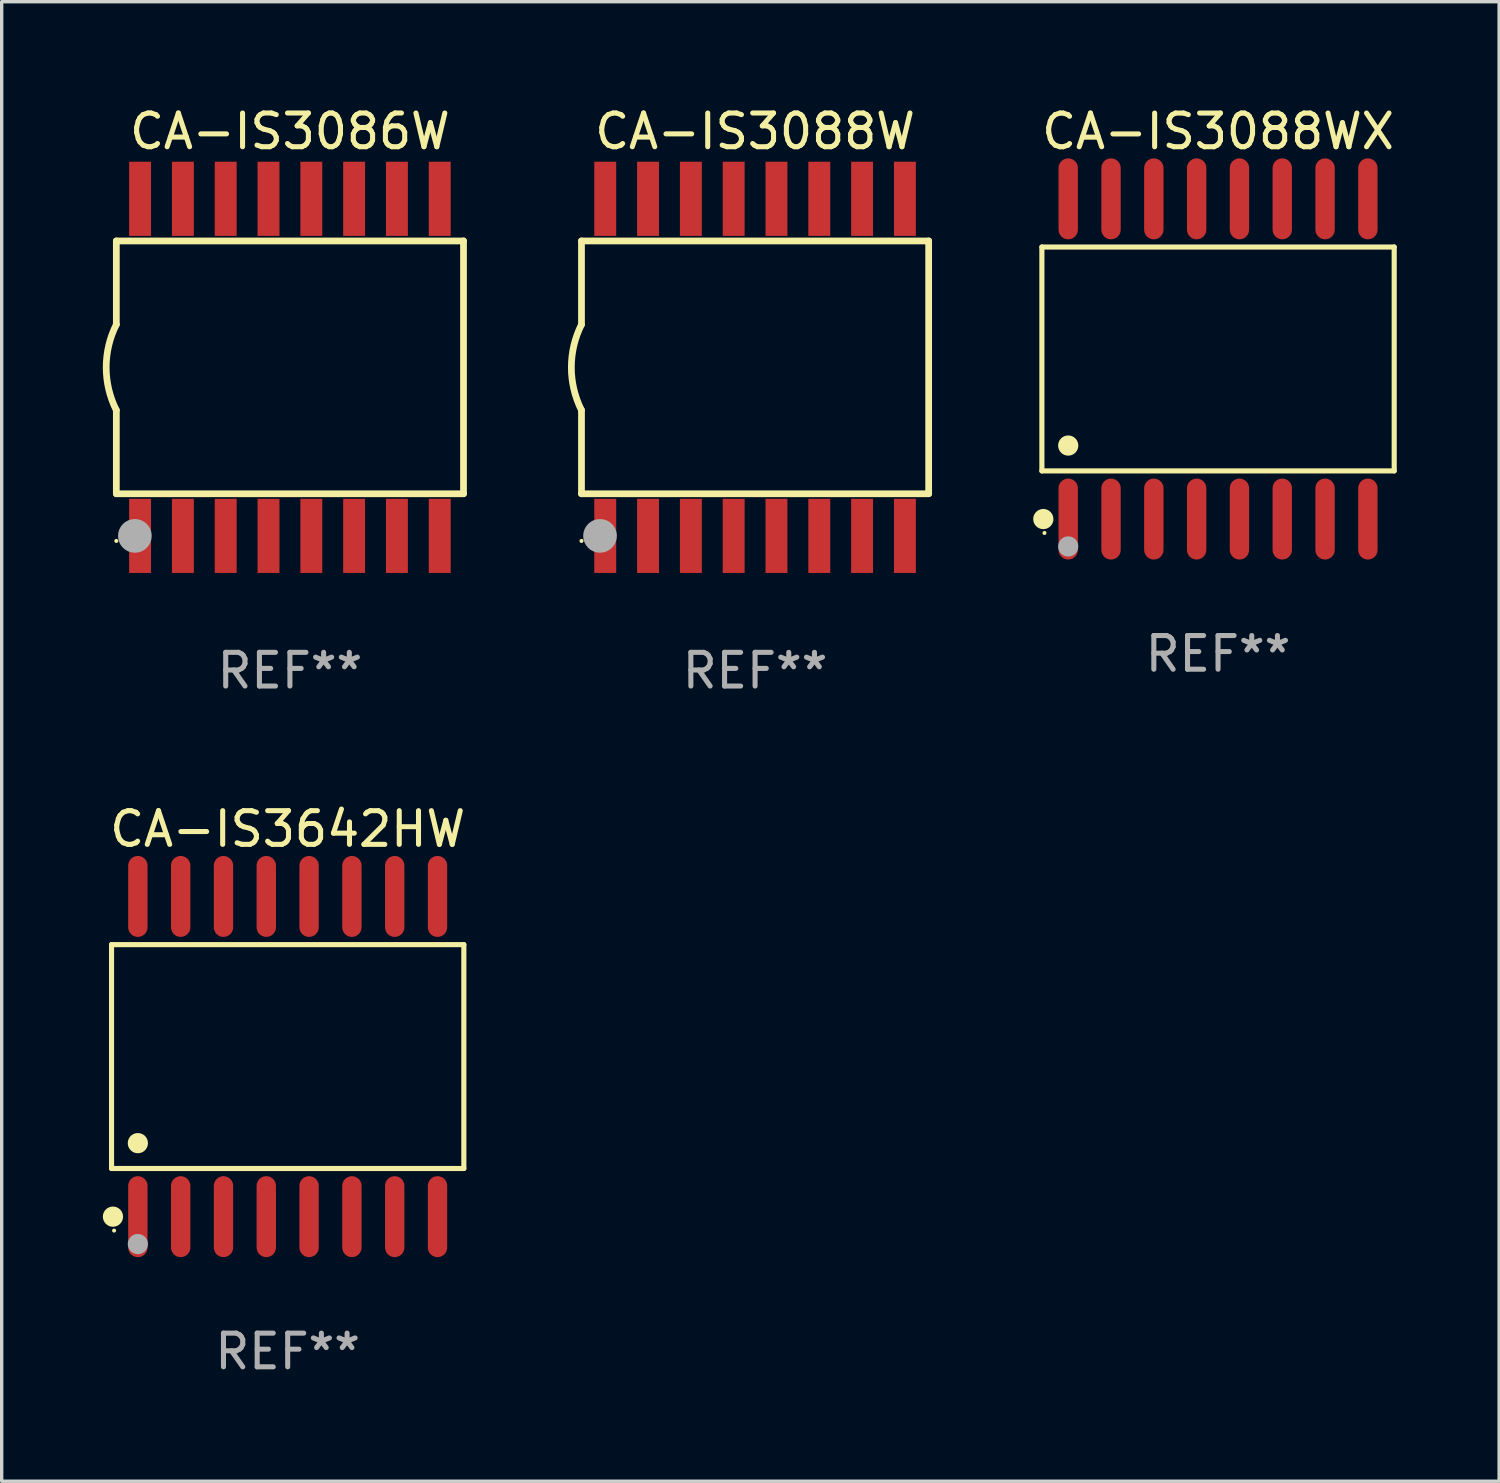
<source format=kicad_pcb>
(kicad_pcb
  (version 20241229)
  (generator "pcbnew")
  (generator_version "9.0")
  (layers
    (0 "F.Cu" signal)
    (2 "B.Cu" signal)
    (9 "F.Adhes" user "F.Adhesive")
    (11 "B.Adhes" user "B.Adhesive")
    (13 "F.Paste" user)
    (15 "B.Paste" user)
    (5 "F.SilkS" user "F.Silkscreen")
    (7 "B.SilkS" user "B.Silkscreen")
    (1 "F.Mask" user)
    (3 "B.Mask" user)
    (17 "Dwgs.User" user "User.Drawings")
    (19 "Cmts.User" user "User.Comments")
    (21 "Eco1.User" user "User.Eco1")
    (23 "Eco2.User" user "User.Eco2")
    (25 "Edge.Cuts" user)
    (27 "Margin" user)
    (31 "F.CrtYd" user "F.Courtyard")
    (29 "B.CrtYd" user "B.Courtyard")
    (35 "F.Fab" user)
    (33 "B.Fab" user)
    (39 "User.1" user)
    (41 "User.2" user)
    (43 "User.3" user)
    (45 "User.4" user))
  (footprint "CA-IS3088WX"
    (layer "F.Cu")
    (at 33.086 7.599)
    (property "Reference" "CA-IS3088WX" (at 0 -6.75 0) (layer "F.SilkS") (effects (font (size 1 1) (thickness 0.15))))
    (attr through_hole)
    (fp_line (start -5.226 -3.321) (end 5.226 -3.321) (stroke (width 0.152) (type solid)) (layer "F.SilkS"))
    (fp_line (start -5.226 3.321) (end -5.226 -3.321) (stroke (width 0.152) (type solid)) (layer "F.SilkS"))
    (fp_line (start 5.226 -3.321) (end 5.226 3.321) (stroke (width 0.152) (type solid)) (layer "F.SilkS"))
    (fp_line (start 5.226 3.321) (end -5.226 3.321) (stroke (width 0.152) (type solid)) (layer "F.SilkS"))
    (fp_circle (center -5.184 4.75) (end -5.034 4.75) (stroke (width 0.3) (type solid)) (fill no) (layer "F.SilkS"))
    (fp_circle (center -5.15 5.163) (end -5.12 5.163) (stroke (width 0.06) (type solid)) (fill no) (layer "F.SilkS"))
    (fp_circle (center -4.445 2.569) (end -4.295 2.569) (stroke (width 0.3) (type solid)) (fill no) (layer "F.SilkS"))
    (fp_circle (center -4.445 5.563) (end -4.295 5.563) (stroke (width 0.3) (type solid)) (fill no) (layer "F.Fab"))
    (fp_text user "REF**" (at 0 8.75 0) (layer "F.Fab") (effects (font (size 1 1) (thickness 0.15))))
    (pad "1" smd oval (at -4.445 4.75) (size 0.574 2.401) (layers "F.Cu" "F.Mask" "F.Paste"))
    (pad "2" smd oval (at -3.175 4.75) (size 0.574 2.401) (layers "F.Cu" "F.Mask" "F.Paste"))
    (pad "3" smd oval (at -1.905 4.75) (size 0.574 2.401) (layers "F.Cu" "F.Mask" "F.Paste"))
    (pad "4" smd oval (at -0.635 4.75) (size 0.574 2.401) (layers "F.Cu" "F.Mask" "F.Paste"))
    (pad "5" smd oval (at 0.635 4.75) (size 0.574 2.401) (layers "F.Cu" "F.Mask" "F.Paste"))
    (pad "6" smd oval (at 1.905 4.75) (size 0.574 2.401) (layers "F.Cu" "F.Mask" "F.Paste"))
    (pad "7" smd oval (at 3.175 4.75) (size 0.574 2.401) (layers "F.Cu" "F.Mask" "F.Paste"))
    (pad "8" smd oval (at 4.445 4.75) (size 0.574 2.401) (layers "F.Cu" "F.Mask" "F.Paste"))
    (pad "9" smd oval (at 4.445 -4.75) (size 0.574 2.401) (layers "F.Cu" "F.Mask" "F.Paste"))
    (pad "10" smd oval (at 3.175 -4.75) (size 0.574 2.401) (layers "F.Cu" "F.Mask" "F.Paste"))
    (pad "11" smd oval (at 1.905 -4.75) (size 0.574 2.401) (layers "F.Cu" "F.Mask" "F.Paste"))
    (pad "12" smd oval (at 0.635 -4.75) (size 0.574 2.401) (layers "F.Cu" "F.Mask" "F.Paste"))
    (pad "13" smd oval (at -0.635 -4.75) (size 0.574 2.401) (layers "F.Cu" "F.Mask" "F.Paste"))
    (pad "14" smd oval (at -1.905 -4.75) (size 0.574 2.401) (layers "F.Cu" "F.Mask" "F.Paste"))
    (pad "15" smd oval (at -3.175 -4.75) (size 0.574 2.401) (layers "F.Cu" "F.Mask" "F.Paste"))
    (pad "16" smd oval (at -4.445 -4.75) (size 0.574 2.401) (layers "F.Cu" "F.Mask" "F.Paste")))
  (footprint "CA-IS3642HW"
    (layer "F.Cu")
    (at 5.485 28.295)
    (property "Reference" "CA-IS3642HW" (at 0 -6.75 0) (layer "F.SilkS") (effects (font (size 1 1) (thickness 0.15))))
    (attr through_hole)
    (fp_line (start -5.226 -3.321) (end 5.226 -3.321) (stroke (width 0.152) (type solid)) (layer "F.SilkS"))
    (fp_line (start -5.226 3.321) (end -5.226 -3.321) (stroke (width 0.152) (type solid)) (layer "F.SilkS"))
    (fp_line (start 5.226 -3.321) (end 5.226 3.321) (stroke (width 0.152) (type solid)) (layer "F.SilkS"))
    (fp_line (start 5.226 3.321) (end -5.226 3.321) (stroke (width 0.152) (type solid)) (layer "F.SilkS"))
    (fp_circle (center -5.184 4.75) (end -5.034 4.75) (stroke (width 0.3) (type solid)) (fill no) (layer "F.SilkS"))
    (fp_circle (center -5.15 5.163) (end -5.12 5.163) (stroke (width 0.06) (type solid)) (fill no) (layer "F.SilkS"))
    (fp_circle (center -4.445 2.569) (end -4.295 2.569) (stroke (width 0.3) (type solid)) (fill no) (layer "F.SilkS"))
    (fp_circle (center -4.445 5.563) (end -4.295 5.563) (stroke (width 0.3) (type solid)) (fill no) (layer "F.Fab"))
    (fp_text user "REF**" (at 0 8.75 0) (layer "F.Fab") (effects (font (size 1 1) (thickness 0.15))))
    (pad "1" smd oval (at -4.445 4.75) (size 0.574 2.401) (layers "F.Cu" "F.Mask" "F.Paste"))
    (pad "2" smd oval (at -3.175 4.75) (size 0.574 2.401) (layers "F.Cu" "F.Mask" "F.Paste"))
    (pad "3" smd oval (at -1.905 4.75) (size 0.574 2.401) (layers "F.Cu" "F.Mask" "F.Paste"))
    (pad "4" smd oval (at -0.635 4.75) (size 0.574 2.401) (layers "F.Cu" "F.Mask" "F.Paste"))
    (pad "5" smd oval (at 0.635 4.75) (size 0.574 2.401) (layers "F.Cu" "F.Mask" "F.Paste"))
    (pad "6" smd oval (at 1.905 4.75) (size 0.574 2.401) (layers "F.Cu" "F.Mask" "F.Paste"))
    (pad "7" smd oval (at 3.175 4.75) (size 0.574 2.401) (layers "F.Cu" "F.Mask" "F.Paste"))
    (pad "8" smd oval (at 4.445 4.75) (size 0.574 2.401) (layers "F.Cu" "F.Mask" "F.Paste"))
    (pad "9" smd oval (at 4.445 -4.75) (size 0.574 2.401) (layers "F.Cu" "F.Mask" "F.Paste"))
    (pad "10" smd oval (at 3.175 -4.75) (size 0.574 2.401) (layers "F.Cu" "F.Mask" "F.Paste"))
    (pad "11" smd oval (at 1.905 -4.75) (size 0.574 2.401) (layers "F.Cu" "F.Mask" "F.Paste"))
    (pad "12" smd oval (at 0.635 -4.75) (size 0.574 2.401) (layers "F.Cu" "F.Mask" "F.Paste"))
    (pad "13" smd oval (at -0.635 -4.75) (size 0.574 2.401) (layers "F.Cu" "F.Mask" "F.Paste"))
    (pad "14" smd oval (at -1.905 -4.75) (size 0.574 2.401) (layers "F.Cu" "F.Mask" "F.Paste"))
    (pad "15" smd oval (at -3.175 -4.75) (size 0.574 2.401) (layers "F.Cu" "F.Mask" "F.Paste"))
    (pad "16" smd oval (at -4.445 -4.75) (size 0.574 2.401) (layers "F.Cu" "F.Mask" "F.Paste")))
  (footprint "CA-IS3086W"
    (layer "F.Cu")
    (at 5.551 7.848)
    (property "Reference" "CA-IS3086W" (at 0 -7 0) (layer "F.SilkS") (effects (font (size 1 1) (thickness 0.15))))
    (attr through_hole)
    (fp_line (start -5.15 -3.75) (end -5.15 -1.27) (stroke (width 0.2) (type solid)) (layer "F.SilkS"))
    (fp_line (start -5.15 -3.75) (end 5.15 -3.75) (stroke (width 0.2) (type solid)) (layer "F.SilkS"))
    (fp_line (start -5.15 3.75) (end -5.15 1.27) (stroke (width 0.2) (type solid)) (layer "F.SilkS"))
    (fp_line (start 5.15 -3.75) (end 5.15 3.75) (stroke (width 0.2) (type solid)) (layer "F.SilkS"))
    (fp_line (start 5.15 3.75) (end -5.15 3.75) (stroke (width 0.2) (type solid)) (layer "F.SilkS"))
    (fp_arc (start -5.151131 1.270003) (mid -5.450556 -0.000132) (end -5.150013 -1.270003) (stroke (width 0.2) (type solid)) (layer "F.SilkS"))
    (fp_circle (center -5.15 5.15) (end -5.12 5.15) (stroke (width 0.06) (type solid)) (fill no) (layer "F.SilkS"))
    (fp_circle (center -4.6 5) (end -4.35 5) (stroke (width 0.5) (type solid)) (fill no) (layer "F.Fab"))
    (fp_text user "REF**" (at 0 9 0) (layer "F.Fab") (effects (font (size 1 1) (thickness 0.15))))
    (pad "1" smd rect (at -4.445 5) (size 0.65 2.2) (layers "F.Cu" "F.Mask" "F.Paste"))
    (pad "2" smd rect (at -3.175 5) (size 0.65 2.2) (layers "F.Cu" "F.Mask" "F.Paste"))
    (pad "3" smd rect (at -1.905 5) (size 0.65 2.2) (layers "F.Cu" "F.Mask" "F.Paste"))
    (pad "4" smd rect (at -0.635 5) (size 0.65 2.2) (layers "F.Cu" "F.Mask" "F.Paste"))
    (pad "5" smd rect (at 0.635 5) (size 0.65 2.2) (layers "F.Cu" "F.Mask" "F.Paste"))
    (pad "6" smd rect (at 1.905 5) (size 0.65 2.2) (layers "F.Cu" "F.Mask" "F.Paste"))
    (pad "7" smd rect (at 3.175 5) (size 0.65 2.2) (layers "F.Cu" "F.Mask" "F.Paste"))
    (pad "8" smd rect (at 4.445 5) (size 0.65 2.2) (layers "F.Cu" "F.Mask" "F.Paste"))
    (pad "9" smd rect (at 4.445 -5) (size 0.65 2.2) (layers "F.Cu" "F.Mask" "F.Paste"))
    (pad "10" smd rect (at 3.175 -5) (size 0.65 2.2) (layers "F.Cu" "F.Mask" "F.Paste"))
    (pad "11" smd rect (at 1.905 -5) (size 0.65 2.2) (layers "F.Cu" "F.Mask" "F.Paste"))
    (pad "12" smd rect (at 0.635 -5) (size 0.65 2.2) (layers "F.Cu" "F.Mask" "F.Paste"))
    (pad "13" smd rect (at -0.635 -5) (size 0.65 2.2) (layers "F.Cu" "F.Mask" "F.Paste"))
    (pad "14" smd rect (at -1.905 -5) (size 0.65 2.2) (layers "F.Cu" "F.Mask" "F.Paste"))
    (pad "15" smd rect (at -3.175 -5) (size 0.65 2.2) (layers "F.Cu" "F.Mask" "F.Paste"))
    (pad "16" smd rect (at -4.445 -5) (size 0.65 2.2) (layers "F.Cu" "F.Mask" "F.Paste")))
  (footprint "CA-IS3088W"
    (layer "F.Cu")
    (at 19.351 7.848)
    (property "Reference" "CA-IS3088W" (at 0 -7 0) (layer "F.SilkS") (effects (font (size 1 1) (thickness 0.15))))
    (attr through_hole)
    (fp_line (start -5.15 -3.75) (end -5.15 -1.27) (stroke (width 0.2) (type solid)) (layer "F.SilkS"))
    (fp_line (start -5.15 -3.75) (end 5.15 -3.75) (stroke (width 0.2) (type solid)) (layer "F.SilkS"))
    (fp_line (start -5.15 3.75) (end -5.15 1.27) (stroke (width 0.2) (type solid)) (layer "F.SilkS"))
    (fp_line (start 5.15 -3.75) (end 5.15 3.75) (stroke (width 0.2) (type solid)) (layer "F.SilkS"))
    (fp_line (start 5.15 3.75) (end -5.15 3.75) (stroke (width 0.2) (type solid)) (layer "F.SilkS"))
    (fp_arc (start -5.151131 1.270003) (mid -5.450556 -0.000132) (end -5.150013 -1.270003) (stroke (width 0.2) (type solid)) (layer "F.SilkS"))
    (fp_circle (center -5.15 5.15) (end -5.12 5.15) (stroke (width 0.06) (type solid)) (fill no) (layer "F.SilkS"))
    (fp_circle (center -4.6 5) (end -4.35 5) (stroke (width 0.5) (type solid)) (fill no) (layer "F.Fab"))
    (fp_text user "REF**" (at 0 9 0) (layer "F.Fab") (effects (font (size 1 1) (thickness 0.15))))
    (pad "1" smd rect (at -4.445 5) (size 0.65 2.2) (layers "F.Cu" "F.Mask" "F.Paste"))
    (pad "2" smd rect (at -3.175 5) (size 0.65 2.2) (layers "F.Cu" "F.Mask" "F.Paste"))
    (pad "3" smd rect (at -1.905 5) (size 0.65 2.2) (layers "F.Cu" "F.Mask" "F.Paste"))
    (pad "4" smd rect (at -0.635 5) (size 0.65 2.2) (layers "F.Cu" "F.Mask" "F.Paste"))
    (pad "5" smd rect (at 0.635 5) (size 0.65 2.2) (layers "F.Cu" "F.Mask" "F.Paste"))
    (pad "6" smd rect (at 1.905 5) (size 0.65 2.2) (layers "F.Cu" "F.Mask" "F.Paste"))
    (pad "7" smd rect (at 3.175 5) (size 0.65 2.2) (layers "F.Cu" "F.Mask" "F.Paste"))
    (pad "8" smd rect (at 4.445 5) (size 0.65 2.2) (layers "F.Cu" "F.Mask" "F.Paste"))
    (pad "9" smd rect (at 4.445 -5) (size 0.65 2.2) (layers "F.Cu" "F.Mask" "F.Paste"))
    (pad "10" smd rect (at 3.175 -5) (size 0.65 2.2) (layers "F.Cu" "F.Mask" "F.Paste"))
    (pad "11" smd rect (at 1.905 -5) (size 0.65 2.2) (layers "F.Cu" "F.Mask" "F.Paste"))
    (pad "12" smd rect (at 0.635 -5) (size 0.65 2.2) (layers "F.Cu" "F.Mask" "F.Paste"))
    (pad "13" smd rect (at -0.635 -5) (size 0.65 2.2) (layers "F.Cu" "F.Mask" "F.Paste"))
    (pad "14" smd rect (at -1.905 -5) (size 0.65 2.2) (layers "F.Cu" "F.Mask" "F.Paste"))
    (pad "15" smd rect (at -3.175 -5) (size 0.65 2.2) (layers "F.Cu" "F.Mask" "F.Paste"))
    (pad "16" smd rect (at -4.445 -5) (size 0.65 2.2) (layers "F.Cu" "F.Mask" "F.Paste")))
  (gr_rect
    (start -3 -3)
    (end 41.425 40.894)
    (stroke (width 0.1) (type default))
    (fill no)
    (layer "Edge.Cuts")))
</source>
